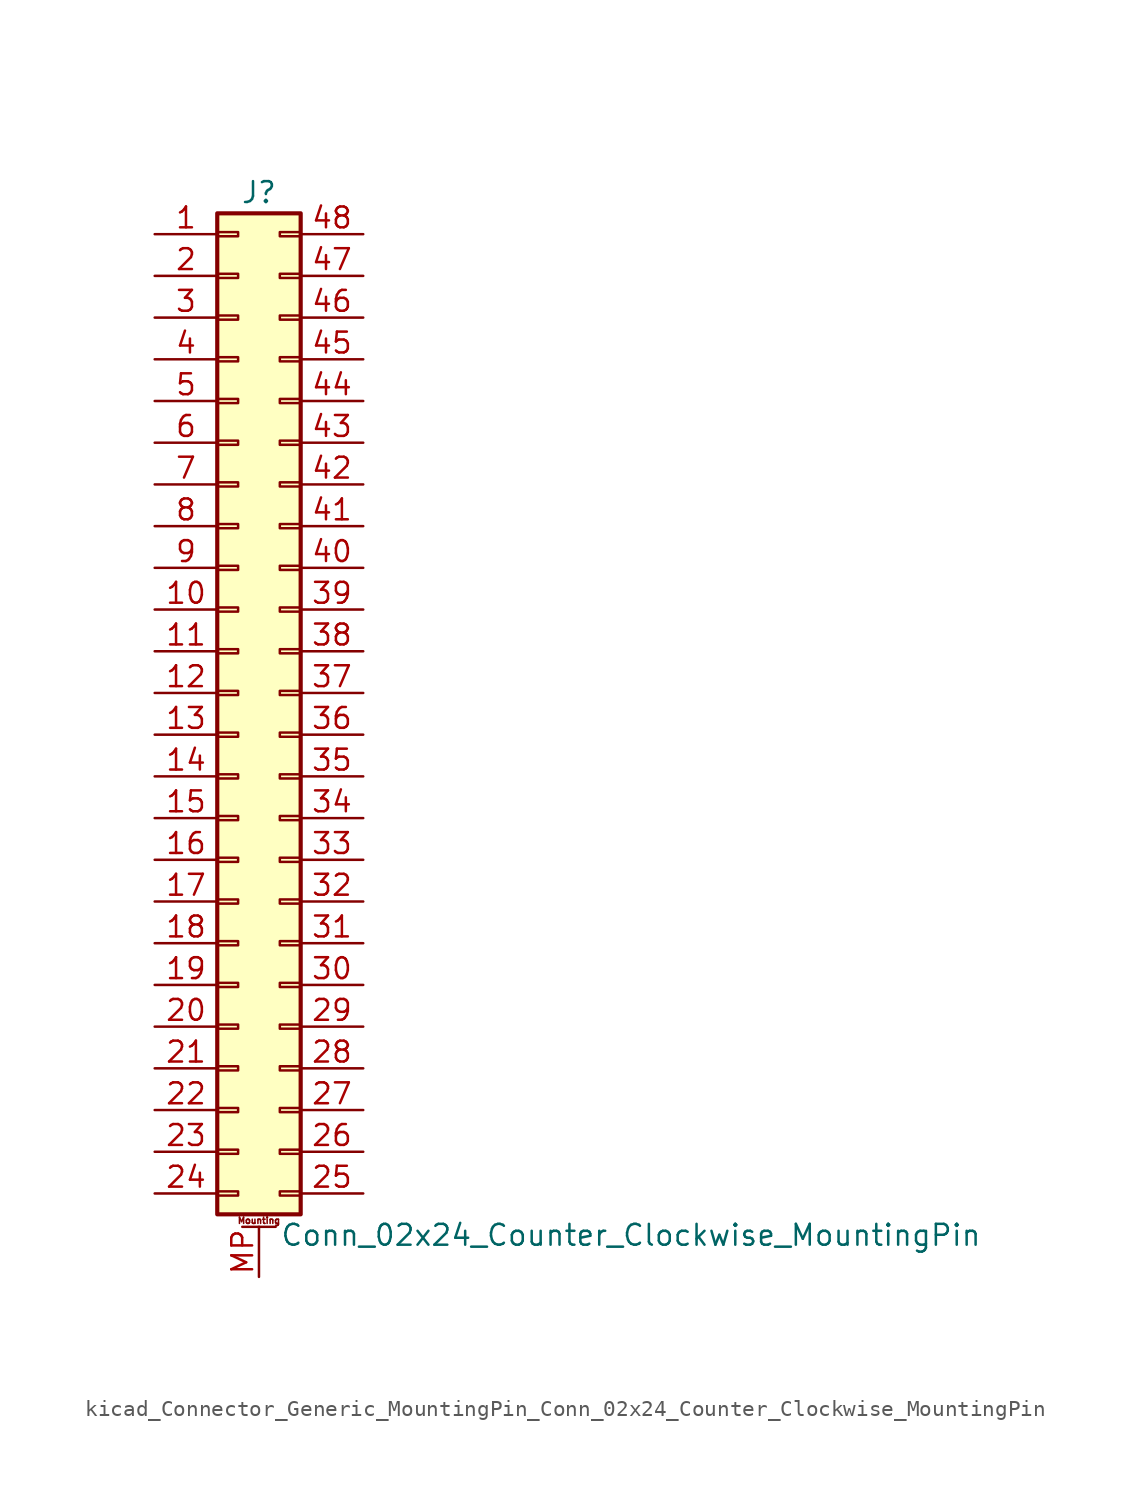
<source format=kicad_sym>
(kicad_symbol_lib
  (version 20220914)
  (generator kicad_symbol_editor)
  (symbol "kicad_Connector_Generic_MountingPin_Conn_02x24_Counter_Clockwise_MountingPin"
    (pin_names
      (offset 1.016) hide)
    (property "Reference" "J"
      (at 1.27 30.48 0)
      (effects (font (size 1.27 1.27))))
    (property "Value" "Conn_02x24_Counter_Clockwise_MountingPin"
      (at 2.54 -33.02 0)
      (effects (font (size 1.27 1.27)) (justify left)))
    (symbol "kicad_Connector_Generic_MountingPin_Conn_02x24_Counter_Clockwise_MountingPin_1_1"
      (rectangle (start -1.27 -30.353) (end 0 -30.607) (stroke (width 0.152) (type default)) (fill (type none)))
      (rectangle (start -1.27 -27.813) (end 0 -28.067) (stroke (width 0.152) (type default)) (fill (type none)))
      (rectangle (start -1.27 -25.273) (end 0 -25.527) (stroke (width 0.152) (type default)) (fill (type none)))
      (rectangle (start -1.27 -22.733) (end 0 -22.987) (stroke (width 0.152) (type default)) (fill (type none)))
      (rectangle (start -1.27 -20.193) (end 0 -20.447) (stroke (width 0.152) (type default)) (fill (type none)))
      (rectangle (start -1.27 -17.653) (end 0 -17.907) (stroke (width 0.152) (type default)) (fill (type none)))
      (rectangle (start -1.27 -15.113) (end 0 -15.367) (stroke (width 0.152) (type default)) (fill (type none)))
      (rectangle (start -1.27 -12.573) (end 0 -12.827) (stroke (width 0.152) (type default)) (fill (type none)))
      (rectangle (start -1.27 -10.033) (end 0 -10.287) (stroke (width 0.152) (type default)) (fill (type none)))
      (rectangle (start -1.27 -7.493) (end 0 -7.747) (stroke (width 0.152) (type default)) (fill (type none)))
      (rectangle (start -1.27 -4.953) (end 0 -5.207) (stroke (width 0.152) (type default)) (fill (type none)))
      (rectangle (start -1.27 -2.413) (end 0 -2.667) (stroke (width 0.152) (type default)) (fill (type none)))
      (rectangle (start -1.27 0.127) (end 0 -0.127) (stroke (width 0.152) (type default)) (fill (type none)))
      (rectangle (start -1.27 2.667) (end 0 2.413) (stroke (width 0.152) (type default)) (fill (type none)))
      (rectangle (start -1.27 5.207) (end 0 4.953) (stroke (width 0.152) (type default)) (fill (type none)))
      (rectangle (start -1.27 7.747) (end 0 7.493) (stroke (width 0.152) (type default)) (fill (type none)))
      (rectangle (start -1.27 10.287) (end 0 10.033) (stroke (width 0.152) (type default)) (fill (type none)))
      (rectangle (start -1.27 12.827) (end 0 12.573) (stroke (width 0.152) (type default)) (fill (type none)))
      (rectangle (start -1.27 15.367) (end 0 15.113) (stroke (width 0.152) (type default)) (fill (type none)))
      (rectangle (start -1.27 17.907) (end 0 17.653) (stroke (width 0.152) (type default)) (fill (type none)))
      (rectangle (start -1.27 20.447) (end 0 20.193) (stroke (width 0.152) (type default)) (fill (type none)))
      (rectangle (start -1.27 22.987) (end 0 22.733) (stroke (width 0.152) (type default)) (fill (type none)))
      (rectangle (start -1.27 25.527) (end 0 25.273) (stroke (width 0.152) (type default)) (fill (type none)))
      (rectangle (start -1.27 28.067) (end 0 27.813) (stroke (width 0.152) (type default)) (fill (type none)))
      (rectangle (start -1.27 29.21) (end 3.81 -31.75) (stroke (width 0.254) (type default)) (fill (type background)))
      (polyline (pts (xy 0.254 -32.512) (xy 2.286 -32.512)) (stroke (width 0.152) (type default)) (fill (type none)))
      (rectangle (start 3.81 -30.353) (end 2.54 -30.607) (stroke (width 0.152) (type default)) (fill (type none)))
      (rectangle (start 3.81 -27.813) (end 2.54 -28.067) (stroke (width 0.152) (type default)) (fill (type none)))
      (rectangle (start 3.81 -25.273) (end 2.54 -25.527) (stroke (width 0.152) (type default)) (fill (type none)))
      (rectangle (start 3.81 -22.733) (end 2.54 -22.987) (stroke (width 0.152) (type default)) (fill (type none)))
      (rectangle (start 3.81 -20.193) (end 2.54 -20.447) (stroke (width 0.152) (type default)) (fill (type none)))
      (rectangle (start 3.81 -17.653) (end 2.54 -17.907) (stroke (width 0.152) (type default)) (fill (type none)))
      (rectangle (start 3.81 -15.113) (end 2.54 -15.367) (stroke (width 0.152) (type default)) (fill (type none)))
      (rectangle (start 3.81 -12.573) (end 2.54 -12.827) (stroke (width 0.152) (type default)) (fill (type none)))
      (rectangle (start 3.81 -10.033) (end 2.54 -10.287) (stroke (width 0.152) (type default)) (fill (type none)))
      (rectangle (start 3.81 -7.493) (end 2.54 -7.747) (stroke (width 0.152) (type default)) (fill (type none)))
      (rectangle (start 3.81 -4.953) (end 2.54 -5.207) (stroke (width 0.152) (type default)) (fill (type none)))
      (rectangle (start 3.81 -2.413) (end 2.54 -2.667) (stroke (width 0.152) (type default)) (fill (type none)))
      (rectangle (start 3.81 0.127) (end 2.54 -0.127) (stroke (width 0.152) (type default)) (fill (type none)))
      (rectangle (start 3.81 2.667) (end 2.54 2.413) (stroke (width 0.152) (type default)) (fill (type none)))
      (rectangle (start 3.81 5.207) (end 2.54 4.953) (stroke (width 0.152) (type default)) (fill (type none)))
      (rectangle (start 3.81 7.747) (end 2.54 7.493) (stroke (width 0.152) (type default)) (fill (type none)))
      (rectangle (start 3.81 10.287) (end 2.54 10.033) (stroke (width 0.152) (type default)) (fill (type none)))
      (rectangle (start 3.81 12.827) (end 2.54 12.573) (stroke (width 0.152) (type default)) (fill (type none)))
      (rectangle (start 3.81 15.367) (end 2.54 15.113) (stroke (width 0.152) (type default)) (fill (type none)))
      (rectangle (start 3.81 17.907) (end 2.54 17.653) (stroke (width 0.152) (type default)) (fill (type none)))
      (rectangle (start 3.81 20.447) (end 2.54 20.193) (stroke (width 0.152) (type default)) (fill (type none)))
      (rectangle (start 3.81 22.987) (end 2.54 22.733) (stroke (width 0.152) (type default)) (fill (type none)))
      (rectangle (start 3.81 25.527) (end 2.54 25.273) (stroke (width 0.152) (type default)) (fill (type none)))
      (rectangle (start 3.81 28.067) (end 2.54 27.813) (stroke (width 0.152) (type default)) (fill (type none)))
      (text "Mounting" (at 1.27 -32.131 0) (effects (font (size 0.381 0.381))))
      (pin passive line (at -5.08 27.94 0) (length 3.81) (name "Pin_1" (effects (font (size 1.27 1.27)))) (number "1" (effects (font (size 1.27 1.27)))))
      (pin passive line (at -5.08 5.08 0) (length 3.81) (name "Pin_10" (effects (font (size 1.27 1.27)))) (number "10" (effects (font (size 1.27 1.27)))))
      (pin passive line (at -5.08 2.54 0) (length 3.81) (name "Pin_11" (effects (font (size 1.27 1.27)))) (number "11" (effects (font (size 1.27 1.27)))))
      (pin passive line (at -5.08 0 0) (length 3.81) (name "Pin_12" (effects (font (size 1.27 1.27)))) (number "12" (effects (font (size 1.27 1.27)))))
      (pin passive line (at -5.08 -2.54 0) (length 3.81) (name "Pin_13" (effects (font (size 1.27 1.27)))) (number "13" (effects (font (size 1.27 1.27)))))
      (pin passive line (at -5.08 -5.08 0) (length 3.81) (name "Pin_14" (effects (font (size 1.27 1.27)))) (number "14" (effects (font (size 1.27 1.27)))))
      (pin passive line (at -5.08 -7.62 0) (length 3.81) (name "Pin_15" (effects (font (size 1.27 1.27)))) (number "15" (effects (font (size 1.27 1.27)))))
      (pin passive line (at -5.08 -10.16 0) (length 3.81) (name "Pin_16" (effects (font (size 1.27 1.27)))) (number "16" (effects (font (size 1.27 1.27)))))
      (pin passive line (at -5.08 -12.7 0) (length 3.81) (name "Pin_17" (effects (font (size 1.27 1.27)))) (number "17" (effects (font (size 1.27 1.27)))))
      (pin passive line (at -5.08 -15.24 0) (length 3.81) (name "Pin_18" (effects (font (size 1.27 1.27)))) (number "18" (effects (font (size 1.27 1.27)))))
      (pin passive line (at -5.08 -17.78 0) (length 3.81) (name "Pin_19" (effects (font (size 1.27 1.27)))) (number "19" (effects (font (size 1.27 1.27)))))
      (pin passive line (at -5.08 25.4 0) (length 3.81) (name "Pin_2" (effects (font (size 1.27 1.27)))) (number "2" (effects (font (size 1.27 1.27)))))
      (pin passive line (at -5.08 -20.32 0) (length 3.81) (name "Pin_20" (effects (font (size 1.27 1.27)))) (number "20" (effects (font (size 1.27 1.27)))))
      (pin passive line (at -5.08 -22.86 0) (length 3.81) (name "Pin_21" (effects (font (size 1.27 1.27)))) (number "21" (effects (font (size 1.27 1.27)))))
      (pin passive line (at -5.08 -25.4 0) (length 3.81) (name "Pin_22" (effects (font (size 1.27 1.27)))) (number "22" (effects (font (size 1.27 1.27)))))
      (pin passive line (at -5.08 -27.94 0) (length 3.81) (name "Pin_23" (effects (font (size 1.27 1.27)))) (number "23" (effects (font (size 1.27 1.27)))))
      (pin passive line (at -5.08 -30.48 0) (length 3.81) (name "Pin_24" (effects (font (size 1.27 1.27)))) (number "24" (effects (font (size 1.27 1.27)))))
      (pin passive line (at 7.62 -30.48 180) (length 3.81) (name "Pin_25" (effects (font (size 1.27 1.27)))) (number "25" (effects (font (size 1.27 1.27)))))
      (pin passive line (at 7.62 -27.94 180) (length 3.81) (name "Pin_26" (effects (font (size 1.27 1.27)))) (number "26" (effects (font (size 1.27 1.27)))))
      (pin passive line (at 7.62 -25.4 180) (length 3.81) (name "Pin_27" (effects (font (size 1.27 1.27)))) (number "27" (effects (font (size 1.27 1.27)))))
      (pin passive line (at 7.62 -22.86 180) (length 3.81) (name "Pin_28" (effects (font (size 1.27 1.27)))) (number "28" (effects (font (size 1.27 1.27)))))
      (pin passive line (at 7.62 -20.32 180) (length 3.81) (name "Pin_29" (effects (font (size 1.27 1.27)))) (number "29" (effects (font (size 1.27 1.27)))))
      (pin passive line (at -5.08 22.86 0) (length 3.81) (name "Pin_3" (effects (font (size 1.27 1.27)))) (number "3" (effects (font (size 1.27 1.27)))))
      (pin passive line (at 7.62 -17.78 180) (length 3.81) (name "Pin_30" (effects (font (size 1.27 1.27)))) (number "30" (effects (font (size 1.27 1.27)))))
      (pin passive line (at 7.62 -15.24 180) (length 3.81) (name "Pin_31" (effects (font (size 1.27 1.27)))) (number "31" (effects (font (size 1.27 1.27)))))
      (pin passive line (at 7.62 -12.7 180) (length 3.81) (name "Pin_32" (effects (font (size 1.27 1.27)))) (number "32" (effects (font (size 1.27 1.27)))))
      (pin passive line (at 7.62 -10.16 180) (length 3.81) (name "Pin_33" (effects (font (size 1.27 1.27)))) (number "33" (effects (font (size 1.27 1.27)))))
      (pin passive line (at 7.62 -7.62 180) (length 3.81) (name "Pin_34" (effects (font (size 1.27 1.27)))) (number "34" (effects (font (size 1.27 1.27)))))
      (pin passive line (at 7.62 -5.08 180) (length 3.81) (name "Pin_35" (effects (font (size 1.27 1.27)))) (number "35" (effects (font (size 1.27 1.27)))))
      (pin passive line (at 7.62 -2.54 180) (length 3.81) (name "Pin_36" (effects (font (size 1.27 1.27)))) (number "36" (effects (font (size 1.27 1.27)))))
      (pin passive line (at 7.62 0 180) (length 3.81) (name "Pin_37" (effects (font (size 1.27 1.27)))) (number "37" (effects (font (size 1.27 1.27)))))
      (pin passive line (at 7.62 2.54 180) (length 3.81) (name "Pin_38" (effects (font (size 1.27 1.27)))) (number "38" (effects (font (size 1.27 1.27)))))
      (pin passive line (at 7.62 5.08 180) (length 3.81) (name "Pin_39" (effects (font (size 1.27 1.27)))) (number "39" (effects (font (size 1.27 1.27)))))
      (pin passive line (at -5.08 20.32 0) (length 3.81) (name "Pin_4" (effects (font (size 1.27 1.27)))) (number "4" (effects (font (size 1.27 1.27)))))
      (pin passive line (at 7.62 7.62 180) (length 3.81) (name "Pin_40" (effects (font (size 1.27 1.27)))) (number "40" (effects (font (size 1.27 1.27)))))
      (pin passive line (at 7.62 10.16 180) (length 3.81) (name "Pin_41" (effects (font (size 1.27 1.27)))) (number "41" (effects (font (size 1.27 1.27)))))
      (pin passive line (at 7.62 12.7 180) (length 3.81) (name "Pin_42" (effects (font (size 1.27 1.27)))) (number "42" (effects (font (size 1.27 1.27)))))
      (pin passive line (at 7.62 15.24 180) (length 3.81) (name "Pin_43" (effects (font (size 1.27 1.27)))) (number "43" (effects (font (size 1.27 1.27)))))
      (pin passive line (at 7.62 17.78 180) (length 3.81) (name "Pin_44" (effects (font (size 1.27 1.27)))) (number "44" (effects (font (size 1.27 1.27)))))
      (pin passive line (at 7.62 20.32 180) (length 3.81) (name "Pin_45" (effects (font (size 1.27 1.27)))) (number "45" (effects (font (size 1.27 1.27)))))
      (pin passive line (at 7.62 22.86 180) (length 3.81) (name "Pin_46" (effects (font (size 1.27 1.27)))) (number "46" (effects (font (size 1.27 1.27)))))
      (pin passive line (at 7.62 25.4 180) (length 3.81) (name "Pin_47" (effects (font (size 1.27 1.27)))) (number "47" (effects (font (size 1.27 1.27)))))
      (pin passive line (at 7.62 27.94 180) (length 3.81) (name "Pin_48" (effects (font (size 1.27 1.27)))) (number "48" (effects (font (size 1.27 1.27)))))
      (pin passive line (at -5.08 17.78 0) (length 3.81) (name "Pin_5" (effects (font (size 1.27 1.27)))) (number "5" (effects (font (size 1.27 1.27)))))
      (pin passive line (at -5.08 15.24 0) (length 3.81) (name "Pin_6" (effects (font (size 1.27 1.27)))) (number "6" (effects (font (size 1.27 1.27)))))
      (pin passive line (at -5.08 12.7 0) (length 3.81) (name "Pin_7" (effects (font (size 1.27 1.27)))) (number "7" (effects (font (size 1.27 1.27)))))
      (pin passive line (at -5.08 10.16 0) (length 3.81) (name "Pin_8" (effects (font (size 1.27 1.27)))) (number "8" (effects (font (size 1.27 1.27)))))
      (pin passive line (at -5.08 7.62 0) (length 3.81) (name "Pin_9" (effects (font (size 1.27 1.27)))) (number "9" (effects (font (size 1.27 1.27)))))
      (pin passive line (at 1.27 -35.56 90) (length 3.048) (name "MountPin" (effects (font (size 1.27 1.27)))) (number "MP" (effects (font (size 1.27 1.27))))))))
</source>
